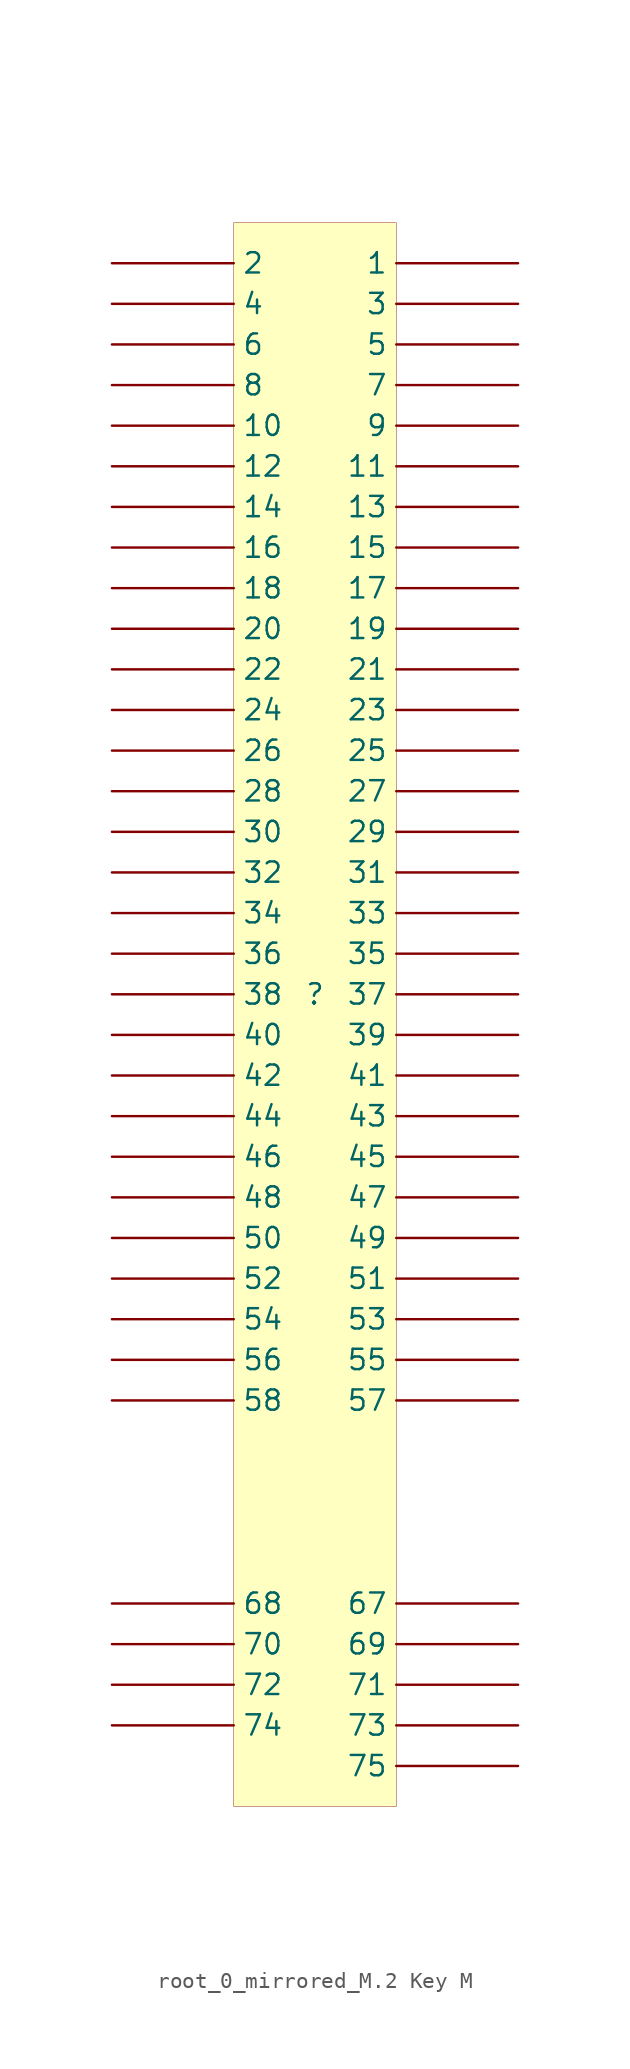
<source format=kicad_sym>
(kicad_symbol_lib
  (version 20240819)
  (generator "kicad_symbol_editor")
  (generator_version "8.99")
  (symbol "root_0_mirrored_M.2 Key M"
    (pin_numbers
      (hide yes))
    (property "Reference" ""
      (at 0 0 0)
      (effects (font (size 1.27 1.27))))
    (property "Value" ""
      (at 0 0 0)
      (effects (font (size 1.27 1.27))))
    (symbol "root_0_mirrored_M.2 Key M_1_0"
      (rectangle (start 5.08 48.26) (end -5.08 -50.8) (stroke (width 0.025) (type solid) (color 128 0 0 1)) (fill (type background)))
      (pin passive line (at -12.7 45.72 0) (length 7.62) (name "2" (effects (font (size 1.27 1.27)))) (number "2" (effects (font (size 1.27 1.27)))))
      (pin passive line (at -12.7 43.18 0) (length 7.62) (name "4" (effects (font (size 1.27 1.27)))) (number "4" (effects (font (size 1.27 1.27)))))
      (pin passive line (at -12.7 40.64 0) (length 7.62) (name "6" (effects (font (size 1.27 1.27)))) (number "6" (effects (font (size 1.27 1.27)))))
      (pin passive line (at -12.7 38.1 0) (length 7.62) (name "8" (effects (font (size 1.27 1.27)))) (number "8" (effects (font (size 1.27 1.27)))))
      (pin passive line (at -12.7 35.56 0) (length 7.62) (name "10" (effects (font (size 1.27 1.27)))) (number "10" (effects (font (size 1.27 1.27)))))
      (pin passive line (at -12.7 33.02 0) (length 7.62) (name "12" (effects (font (size 1.27 1.27)))) (number "12" (effects (font (size 1.27 1.27)))))
      (pin passive line (at -12.7 30.48 0) (length 7.62) (name "14" (effects (font (size 1.27 1.27)))) (number "14" (effects (font (size 1.27 1.27)))))
      (pin passive line (at -12.7 27.94 0) (length 7.62) (name "16" (effects (font (size 1.27 1.27)))) (number "16" (effects (font (size 1.27 1.27)))))
      (pin passive line (at -12.7 25.4 0) (length 7.62) (name "18" (effects (font (size 1.27 1.27)))) (number "18" (effects (font (size 1.27 1.27)))))
      (pin passive line (at -12.7 22.86 0) (length 7.62) (name "20" (effects (font (size 1.27 1.27)))) (number "20" (effects (font (size 1.27 1.27)))))
      (pin passive line (at -12.7 20.32 0) (length 7.62) (name "22" (effects (font (size 1.27 1.27)))) (number "22" (effects (font (size 1.27 1.27)))))
      (pin passive line (at -12.7 17.78 0) (length 7.62) (name "24" (effects (font (size 1.27 1.27)))) (number "24" (effects (font (size 1.27 1.27)))))
      (pin passive line (at -12.7 15.24 0) (length 7.62) (name "26" (effects (font (size 1.27 1.27)))) (number "26" (effects (font (size 1.27 1.27)))))
      (pin passive line (at -12.7 12.7 0) (length 7.62) (name "28" (effects (font (size 1.27 1.27)))) (number "28" (effects (font (size 1.27 1.27)))))
      (pin passive line (at -12.7 10.16 0) (length 7.62) (name "30" (effects (font (size 1.27 1.27)))) (number "30" (effects (font (size 1.27 1.27)))))
      (pin passive line (at -12.7 7.62 0) (length 7.62) (name "32" (effects (font (size 1.27 1.27)))) (number "32" (effects (font (size 1.27 1.27)))))
      (pin passive line (at -12.7 5.08 0) (length 7.62) (name "34" (effects (font (size 1.27 1.27)))) (number "34" (effects (font (size 1.27 1.27)))))
      (pin passive line (at -12.7 2.54 0) (length 7.62) (name "36" (effects (font (size 1.27 1.27)))) (number "36" (effects (font (size 1.27 1.27)))))
      (pin passive line (at -12.7 0 0) (length 7.62) (name "38" (effects (font (size 1.27 1.27)))) (number "38" (effects (font (size 1.27 1.27)))))
      (pin passive line (at -12.7 -2.54 0) (length 7.62) (name "40" (effects (font (size 1.27 1.27)))) (number "40" (effects (font (size 1.27 1.27)))))
      (pin passive line (at -12.7 -5.08 0) (length 7.62) (name "42" (effects (font (size 1.27 1.27)))) (number "42" (effects (font (size 1.27 1.27)))))
      (pin passive line (at -12.7 -7.62 0) (length 7.62) (name "44" (effects (font (size 1.27 1.27)))) (number "44" (effects (font (size 1.27 1.27)))))
      (pin passive line (at -12.7 -10.16 0) (length 7.62) (name "46" (effects (font (size 1.27 1.27)))) (number "46" (effects (font (size 1.27 1.27)))))
      (pin passive line (at -12.7 -12.7 0) (length 7.62) (name "48" (effects (font (size 1.27 1.27)))) (number "48" (effects (font (size 1.27 1.27)))))
      (pin passive line (at -12.7 -15.24 0) (length 7.62) (name "50" (effects (font (size 1.27 1.27)))) (number "50" (effects (font (size 1.27 1.27)))))
      (pin passive line (at -12.7 -17.78 0) (length 7.62) (name "52" (effects (font (size 1.27 1.27)))) (number "52" (effects (font (size 1.27 1.27)))))
      (pin passive line (at -12.7 -20.32 0) (length 7.62) (name "54" (effects (font (size 1.27 1.27)))) (number "54" (effects (font (size 1.27 1.27)))))
      (pin passive line (at -12.7 -22.86 0) (length 7.62) (name "56" (effects (font (size 1.27 1.27)))) (number "56" (effects (font (size 1.27 1.27)))))
      (pin passive line (at -12.7 -25.4 0) (length 7.62) (name "58" (effects (font (size 1.27 1.27)))) (number "58" (effects (font (size 1.27 1.27)))))
      (pin passive line (at -12.7 -38.1 0) (length 7.62) (name "68" (effects (font (size 1.27 1.27)))) (number "68" (effects (font (size 1.27 1.27)))))
      (pin passive line (at -12.7 -40.64 0) (length 7.62) (name "70" (effects (font (size 1.27 1.27)))) (number "70" (effects (font (size 1.27 1.27)))))
      (pin passive line (at -12.7 -43.18 0) (length 7.62) (name "72" (effects (font (size 1.27 1.27)))) (number "72" (effects (font (size 1.27 1.27)))))
      (pin passive line (at -12.7 -45.72 0) (length 7.62) (name "74" (effects (font (size 1.27 1.27)))) (number "74" (effects (font (size 1.27 1.27)))))
      (pin passive line (at 12.7 45.72 180) (length 7.62) (name "1" (effects (font (size 1.27 1.27)))) (number "1" (effects (font (size 1.27 1.27)))))
      (pin passive line (at 12.7 43.18 180) (length 7.62) (name "3" (effects (font (size 1.27 1.27)))) (number "3" (effects (font (size 1.27 1.27)))))
      (pin passive line (at 12.7 40.64 180) (length 7.62) (name "5" (effects (font (size 1.27 1.27)))) (number "5" (effects (font (size 1.27 1.27)))))
      (pin passive line (at 12.7 38.1 180) (length 7.62) (name "7" (effects (font (size 1.27 1.27)))) (number "7" (effects (font (size 1.27 1.27)))))
      (pin passive line (at 12.7 35.56 180) (length 7.62) (name "9" (effects (font (size 1.27 1.27)))) (number "9" (effects (font (size 1.27 1.27)))))
      (pin passive line (at 12.7 33.02 180) (length 7.62) (name "11" (effects (font (size 1.27 1.27)))) (number "11" (effects (font (size 1.27 1.27)))))
      (pin passive line (at 12.7 30.48 180) (length 7.62) (name "13" (effects (font (size 1.27 1.27)))) (number "13" (effects (font (size 1.27 1.27)))))
      (pin passive line (at 12.7 27.94 180) (length 7.62) (name "15" (effects (font (size 1.27 1.27)))) (number "15" (effects (font (size 1.27 1.27)))))
      (pin passive line (at 12.7 25.4 180) (length 7.62) (name "17" (effects (font (size 1.27 1.27)))) (number "17" (effects (font (size 1.27 1.27)))))
      (pin passive line (at 12.7 22.86 180) (length 7.62) (name "19" (effects (font (size 1.27 1.27)))) (number "19" (effects (font (size 1.27 1.27)))))
      (pin passive line (at 12.7 20.32 180) (length 7.62) (name "21" (effects (font (size 1.27 1.27)))) (number "21" (effects (font (size 1.27 1.27)))))
      (pin passive line (at 12.7 17.78 180) (length 7.62) (name "23" (effects (font (size 1.27 1.27)))) (number "23" (effects (font (size 1.27 1.27)))))
      (pin passive line (at 12.7 15.24 180) (length 7.62) (name "25" (effects (font (size 1.27 1.27)))) (number "25" (effects (font (size 1.27 1.27)))))
      (pin passive line (at 12.7 12.7 180) (length 7.62) (name "27" (effects (font (size 1.27 1.27)))) (number "27" (effects (font (size 1.27 1.27)))))
      (pin passive line (at 12.7 10.16 180) (length 7.62) (name "29" (effects (font (size 1.27 1.27)))) (number "29" (effects (font (size 1.27 1.27)))))
      (pin passive line (at 12.7 7.62 180) (length 7.62) (name "31" (effects (font (size 1.27 1.27)))) (number "31" (effects (font (size 1.27 1.27)))))
      (pin passive line (at 12.7 5.08 180) (length 7.62) (name "33" (effects (font (size 1.27 1.27)))) (number "33" (effects (font (size 1.27 1.27)))))
      (pin passive line (at 12.7 2.54 180) (length 7.62) (name "35" (effects (font (size 1.27 1.27)))) (number "35" (effects (font (size 1.27 1.27)))))
      (pin passive line (at 12.7 0 180) (length 7.62) (name "37" (effects (font (size 1.27 1.27)))) (number "37" (effects (font (size 1.27 1.27)))))
      (pin passive line (at 12.7 -2.54 180) (length 7.62) (name "39" (effects (font (size 1.27 1.27)))) (number "39" (effects (font (size 1.27 1.27)))))
      (pin passive line (at 12.7 -5.08 180) (length 7.62) (name "41" (effects (font (size 1.27 1.27)))) (number "41" (effects (font (size 1.27 1.27)))))
      (pin passive line (at 12.7 -7.62 180) (length 7.62) (name "43" (effects (font (size 1.27 1.27)))) (number "43" (effects (font (size 1.27 1.27)))))
      (pin passive line (at 12.7 -10.16 180) (length 7.62) (name "45" (effects (font (size 1.27 1.27)))) (number "45" (effects (font (size 1.27 1.27)))))
      (pin passive line (at 12.7 -12.7 180) (length 7.62) (name "47" (effects (font (size 1.27 1.27)))) (number "47" (effects (font (size 1.27 1.27)))))
      (pin passive line (at 12.7 -15.24 180) (length 7.62) (name "49" (effects (font (size 1.27 1.27)))) (number "49" (effects (font (size 1.27 1.27)))))
      (pin passive line (at 12.7 -17.78 180) (length 7.62) (name "51" (effects (font (size 1.27 1.27)))) (number "51" (effects (font (size 1.27 1.27)))))
      (pin passive line (at 12.7 -20.32 180) (length 7.62) (name "53" (effects (font (size 1.27 1.27)))) (number "53" (effects (font (size 1.27 1.27)))))
      (pin passive line (at 12.7 -22.86 180) (length 7.62) (name "55" (effects (font (size 1.27 1.27)))) (number "55" (effects (font (size 1.27 1.27)))))
      (pin passive line (at 12.7 -25.4 180) (length 7.62) (name "57" (effects (font (size 1.27 1.27)))) (number "57" (effects (font (size 1.27 1.27)))))
      (pin passive line (at 12.7 -38.1 180) (length 7.62) (name "67" (effects (font (size 1.27 1.27)))) (number "67" (effects (font (size 1.27 1.27)))))
      (pin passive line (at 12.7 -40.64 180) (length 7.62) (name "69" (effects (font (size 1.27 1.27)))) (number "69" (effects (font (size 1.27 1.27)))))
      (pin passive line (at 12.7 -43.18 180) (length 7.62) (name "71" (effects (font (size 1.27 1.27)))) (number "71" (effects (font (size 1.27 1.27)))))
      (pin passive line (at 12.7 -45.72 180) (length 7.62) (name "73" (effects (font (size 1.27 1.27)))) (number "73" (effects (font (size 1.27 1.27)))))
      (pin passive line (at 12.7 -48.26 180) (length 7.62) (name "75" (effects (font (size 1.27 1.27)))) (number "75" (effects (font (size 1.27 1.27))))))))
</source>
